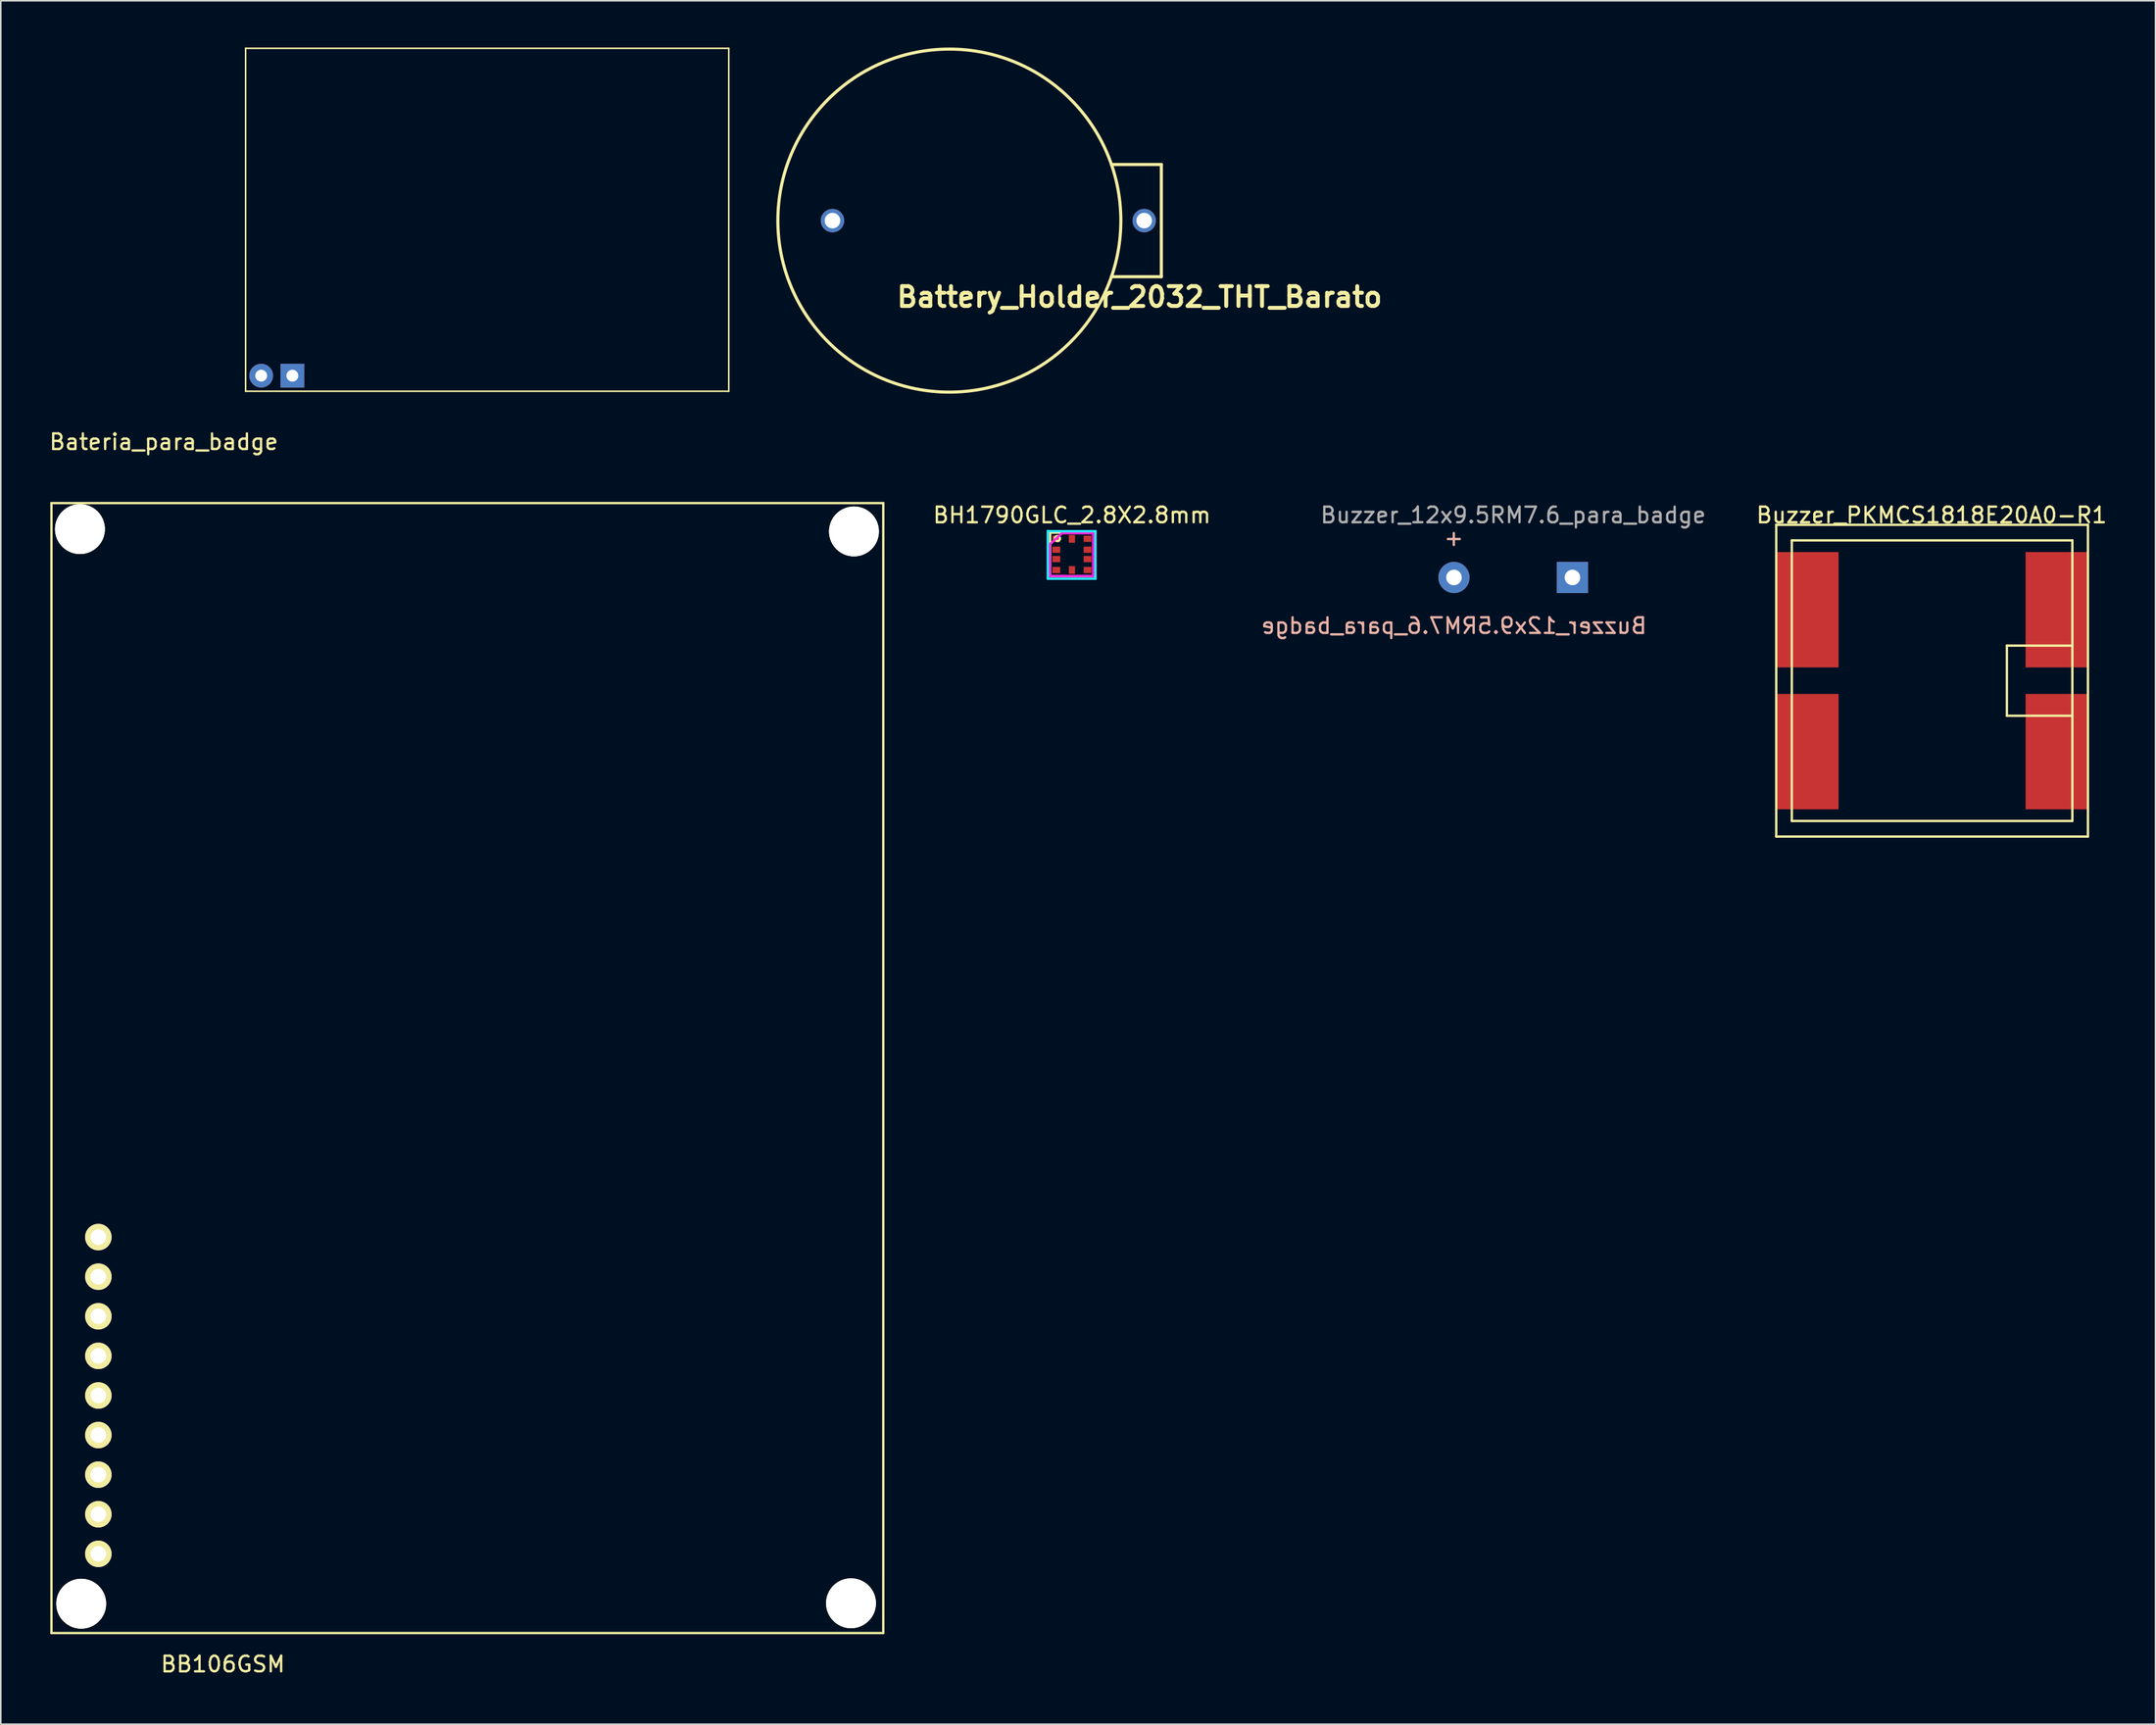
<source format=kicad_pcb>
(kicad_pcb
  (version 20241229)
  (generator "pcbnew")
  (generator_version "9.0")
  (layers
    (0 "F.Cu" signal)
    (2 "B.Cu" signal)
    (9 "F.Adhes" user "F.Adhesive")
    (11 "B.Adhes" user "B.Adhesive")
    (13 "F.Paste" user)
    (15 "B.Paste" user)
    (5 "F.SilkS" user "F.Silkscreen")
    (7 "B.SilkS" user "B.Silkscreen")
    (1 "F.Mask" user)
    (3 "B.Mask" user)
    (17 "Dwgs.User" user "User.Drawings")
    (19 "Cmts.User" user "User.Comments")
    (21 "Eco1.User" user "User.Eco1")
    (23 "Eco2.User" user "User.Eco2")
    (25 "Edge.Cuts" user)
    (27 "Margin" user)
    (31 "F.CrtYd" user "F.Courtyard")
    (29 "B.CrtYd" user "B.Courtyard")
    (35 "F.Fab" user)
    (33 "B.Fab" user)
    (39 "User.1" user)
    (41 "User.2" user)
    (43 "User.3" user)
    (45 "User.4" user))
  (footprint "Buzzer_12x9.5RM7.6_para_badge"
    (layer "F.Cu")
    (at 90.237 33.996)
    (property "Reference" "Buzzer_12x9.5RM7.6_para_badge" (at 0 3.1 0) (layer "B.SilkS") (effects (font (size 1 1) (thickness 0.15)) (justify mirror)))
    (attr through_hole)
    (fp_text user "+" (at -0.01 -2.54 0) (layer "B.SilkS") (effects (font (size 1 1) (thickness 0.15)) (justify mirror)))
    (fp_text user "${REFERENCE}" (at 3.8 -4 0) (layer "F.Fab") (effects (font (size 1 1) (thickness 0.15))))
    (pad "1" thru_hole circle (at 0 0) (size 2 2) (drill 1) (layers "*.Cu" "*.Mask"))
    (pad "2" thru_hole rect (at 7.6 0) (size 2 2) (drill 1) (layers "*.Cu" "*.Mask")))
  (footprint "Bateria_para_badge"
    (layer "F.Cu")
    (at 12.708 22.05)
    (property "Reference" "Bateria_para_badge" (at -5.25 3.25 0) (layer "F.SilkS") (effects (font (size 1 1) (thickness 0.15))))
    (attr through_hole)
    (fp_line (start 0 -22) (end 0 0) (stroke (width 0.1) (type solid)) (layer "F.SilkS"))
    (fp_line (start 0 0) (end 31 0) (stroke (width 0.1) (type solid)) (layer "F.SilkS"))
    (fp_line (start 31 -22) (end 0 -22) (stroke (width 0.1) (type solid)) (layer "F.SilkS"))
    (fp_line (start 31 0) (end 31 -22) (stroke (width 0.1) (type solid)) (layer "F.SilkS"))
    (pad "1" thru_hole circle (at 1 -1) (size 1.524 1.524) (drill 0.762) (layers "*.Cu" "*.Mask"))
    (pad "2" thru_hole rect (at 3 -1) (size 1.524 1.524) (drill 0.762) (layers "*.Cu" "*.Mask")))
  (footprint "Battery_Holder_2032_THT_Barato"
    (layer "F.Cu")
    (at 57.861 11.103)
    (property "Reference" "Battery_Holder_2032_THT_Barato" (at 12.2 4.9 0) (layer "F.SilkS") (effects (font (size 1.27 1.27) (thickness 0.254))))
    (attr through_hole)
    (fp_line (start 10.4 -3.6) (end 13.6 -3.6) (stroke (width 0.2) (type solid)) (layer "F.SilkS"))
    (fp_line (start 13.6 -3.6) (end 13.6 3.6) (stroke (width 0.2) (type solid)) (layer "F.SilkS"))
    (fp_line (start 13.6 3.6) (end 10.4 3.6) (stroke (width 0.2) (type solid)) (layer "F.SilkS"))
    (fp_circle (center 0 0) (end -0.25 11) (stroke (width 0.2) (type solid)) (fill no) (layer "F.SilkS"))
    (pad "1" thru_hole circle (at 12.5 0) (size 1.5 1.5) (drill 1) (layers "*.Cu" "*.Mask"))
    (pad "2" thru_hole circle (at -7.5 0) (size 1.5 1.5) (drill 1) (layers "*.Cu" "*.Mask")))
  (footprint "Buzzer_PKMCS1818E20A0-R1"
    (layer "F.Cu")
    (at 120.912 40.617)
    (property "Reference" "Buzzer_PKMCS1818E20A0-R1" (at -0.03 -10.62 0) (layer "F.SilkS") (effects (font (size 1 1) (thickness 0.15))))
    (attr through_hole)
    (fp_line (start -10 -10) (end -10 10) (stroke (width 0.15) (type solid)) (layer "F.SilkS"))
    (fp_line (start -10 10) (end 10 10) (stroke (width 0.15) (type solid)) (layer "F.SilkS"))
    (fp_line (start -9 -9) (end 9 -9) (stroke (width 0.15) (type solid)) (layer "F.SilkS"))
    (fp_line (start -9 9) (end -9 -9) (stroke (width 0.15) (type solid)) (layer "F.SilkS"))
    (fp_line (start 4.8 -2.25) (end 4.8 2.25) (stroke (width 0.15) (type solid)) (layer "F.SilkS"))
    (fp_line (start 4.8 -2.25) (end 9 -2.25) (stroke (width 0.15) (type solid)) (layer "F.SilkS"))
    (fp_line (start 4.8 2.25) (end 9 2.25) (stroke (width 0.15) (type solid)) (layer "F.SilkS"))
    (fp_line (start 9 -9) (end 9 9) (stroke (width 0.15) (type solid)) (layer "F.SilkS"))
    (fp_line (start 9 9) (end -9 9) (stroke (width 0.15) (type solid)) (layer "F.SilkS"))
    (fp_line (start 10 -10) (end -10 -10) (stroke (width 0.15) (type solid)) (layer "F.SilkS"))
    (fp_line (start 10 10) (end 10 -10) (stroke (width 0.15) (type solid)) (layer "F.SilkS"))
    (pad "1" smd rect (at 8 4.55) (size 4 7.4) (layers "F.Cu" "F.Mask" "F.Paste"))
    (pad "2" smd rect (at -8 4.55) (size 4 7.4) (layers "F.Cu" "F.Mask" "F.Paste"))
    (pad "3" smd rect (at 8 -4.55) (size 4 7.4) (layers "F.Cu" "F.Mask" "F.Paste"))
    (pad "4" smd rect (at -8 -4.55) (size 4 7.4) (layers "F.Cu" "F.Mask" "F.Paste")))
  (footprint "BB106GSM"
    (layer "F.Cu")
    (at 0.25 101.713)
    (property "Reference" "BB106GSM" (at 11 2 0) (layer "F.SilkS") (effects (font (size 1 1) (thickness 0.15))))
    (attr through_hole)
    (fp_line (start 0 -72.49) (end 0 0) (stroke (width 0.15) (type solid)) (layer "F.SilkS"))
    (fp_line (start 0 0) (end 53.37 0) (stroke (width 0.15) (type solid)) (layer "F.SilkS"))
    (fp_line (start 53.37 -72.49) (end 0 -72.49) (stroke (width 0.15) (type solid)) (layer "F.SilkS"))
    (fp_line (start 53.37 0) (end 53.37 -72.49) (stroke (width 0.15) (type solid)) (layer "F.SilkS"))
    (pad "" np_thru_hole circle (at 1.83 -70.82) (size 3.2 3.2) (drill 3.2) (layers "*.Cu" "*.Mask" "F.SilkS"))
    (pad "" np_thru_hole circle (at 1.91 -1.88) (size 3.2 3.2) (drill 3.2) (layers "*.Cu" "*.Mask" "F.SilkS"))
    (pad "" np_thru_hole circle (at 51.3 -1.91) (size 3.2 3.2) (drill 3.2) (layers "*.Cu" "*.Mask" "F.SilkS"))
    (pad "" np_thru_hole circle (at 51.49 -70.67) (size 3.2 3.2) (drill 3.2) (layers "*.Cu" "*.Mask" "F.SilkS"))
    (pad "1" thru_hole circle (at 3.01 -25.4) (size 1.7 1.7) (drill 1) (layers "*.Cu" "*.Mask" "F.SilkS"))
    (pad "2" thru_hole circle (at 3.01 -22.86) (size 1.7 1.7) (drill 1) (layers "*.Cu" "*.Mask" "F.SilkS"))
    (pad "3" thru_hole circle (at 3.01 -20.32) (size 1.7 1.7) (drill 1) (layers "*.Cu" "*.Mask" "F.SilkS"))
    (pad "4" thru_hole circle (at 3.01 -17.78) (size 1.7 1.7) (drill 1) (layers "*.Cu" "*.Mask" "F.SilkS"))
    (pad "5" thru_hole circle (at 3.01 -15.24) (size 1.7 1.7) (drill 1) (layers "*.Cu" "*.Mask" "F.SilkS"))
    (pad "6" thru_hole circle (at 3.01 -12.7) (size 1.7 1.7) (drill 1) (layers "*.Cu" "*.Mask" "F.SilkS"))
    (pad "7" thru_hole circle (at 3.01 -10.16) (size 1.7 1.7) (drill 1) (layers "*.Cu" "*.Mask" "F.SilkS"))
    (pad "8" thru_hole circle (at 3.01 -7.62) (size 1.7 1.7) (drill 1) (layers "*.Cu" "*.Mask" "F.SilkS"))
    (pad "9" thru_hole circle (at 3.01 -5.08) (size 1.7 1.7) (drill 1) (layers "*.Cu" "*.Mask" "F.SilkS")))
  (footprint "BH1790GLC_2.8X2.8mm"
    (layer "F.Cu")
    (at 65.725 32.517)
    (property "Reference" "BH1790GLC_2.8X2.8mm" (at 0 -2.52 0) (layer "F.SilkS") (effects (font (size 1 1) (thickness 0.15))))
    (attr through_hole)
    (fp_line (start -1.4 -1.4) (end -1.4 1.4) (stroke (width 0.15) (type solid)) (layer "F.SilkS"))
    (fp_line (start -1.4 1.4) (end 1.4 1.4) (stroke (width 0.15) (type solid)) (layer "F.SilkS"))
    (fp_line (start 1.4 -1.4) (end -1.4 -1.4) (stroke (width 0.15) (type solid)) (layer "F.SilkS"))
    (fp_line (start 1.4 1.4) (end 1.4 -1.4) (stroke (width 0.15) (type solid)) (layer "F.SilkS"))
    (fp_circle (center -0.93 -1.02) (end -0.78 -0.96) (stroke (width 0.15) (type solid)) (fill no) (layer "F.SilkS"))
    (fp_line (start -1.55 -1.51) (end -1.55 1.56) (stroke (width 0.15) (type solid)) (layer "B.CrtYd"))
    (fp_line (start -1.55 1.56) (end 1.51 1.56) (stroke (width 0.15) (type solid)) (layer "B.CrtYd"))
    (fp_line (start 1.51 -1.49) (end -1.54 -1.49) (stroke (width 0.15) (type solid)) (layer "B.CrtYd"))
    (fp_line (start 1.51 1.56) (end 1.51 -1.49) (stroke (width 0.15) (type solid)) (layer "B.CrtYd"))
    (fp_line (start -1.4 -0.66) (end -0.64 -1.36) (stroke (width 0.15) (type solid)) (layer "F.CrtYd"))
    (fp_line (start -1.4 1.39) (end -1.42 -0.63) (stroke (width 0.15) (type solid)) (layer "F.CrtYd"))
    (fp_line (start -0.64 -1.36) (end 1.36 -1.36) (stroke (width 0.15) (type solid)) (layer "F.CrtYd"))
    (fp_line (start 1.36 -1.36) (end 1.36 1.39) (stroke (width 0.15) (type solid)) (layer "F.CrtYd"))
    (fp_line (start 1.36 1.39) (end -1.4 1.39) (stroke (width 0.15) (type solid)) (layer "F.CrtYd"))
    (pad "1" smd rect (at -1 -1 90) (size 0.4 0.5) (layers "F.Cu" "F.Mask" "F.Paste"))
    (pad "2" smd rect (at -1 -0.3 90) (size 0.4 0.5) (layers "F.Cu" "F.Mask" "F.Paste"))
    (pad "3" smd rect (at -1 0.3 90) (size 0.4 0.5) (layers "F.Cu" "F.Mask" "F.Paste"))
    (pad "4" smd rect (at -1 1 90) (size 0.4 0.5) (layers "F.Cu" "F.Mask" "F.Paste"))
    (pad "5" smd rect (at 0 1 180) (size 0.4 0.5) (layers "F.Cu" "F.Mask" "F.Paste"))
    (pad "6" smd rect (at 1 1 90) (size 0.4 0.5) (layers "F.Cu" "F.Mask" "F.Paste"))
    (pad "7" smd rect (at 1 0.3 90) (size 0.4 0.5) (layers "F.Cu" "F.Mask" "F.Paste"))
    (pad "8" smd rect (at 1 -0.3 90) (size 0.4 0.5) (layers "F.Cu" "F.Mask" "F.Paste"))
    (pad "9" smd rect (at 1 -1 90) (size 0.4 0.5) (layers "F.Cu" "F.Mask" "F.Paste"))
    (pad "10" smd rect (at 0 -1) (size 0.4 0.5) (layers "F.Cu" "F.Mask" "F.Paste")))
  (gr_rect
    (start -3 -3)
    (end 135.245 107.561)
    (stroke (width 0.1) (type default))
    (fill no)
    (layer "Edge.Cuts")))
</source>
